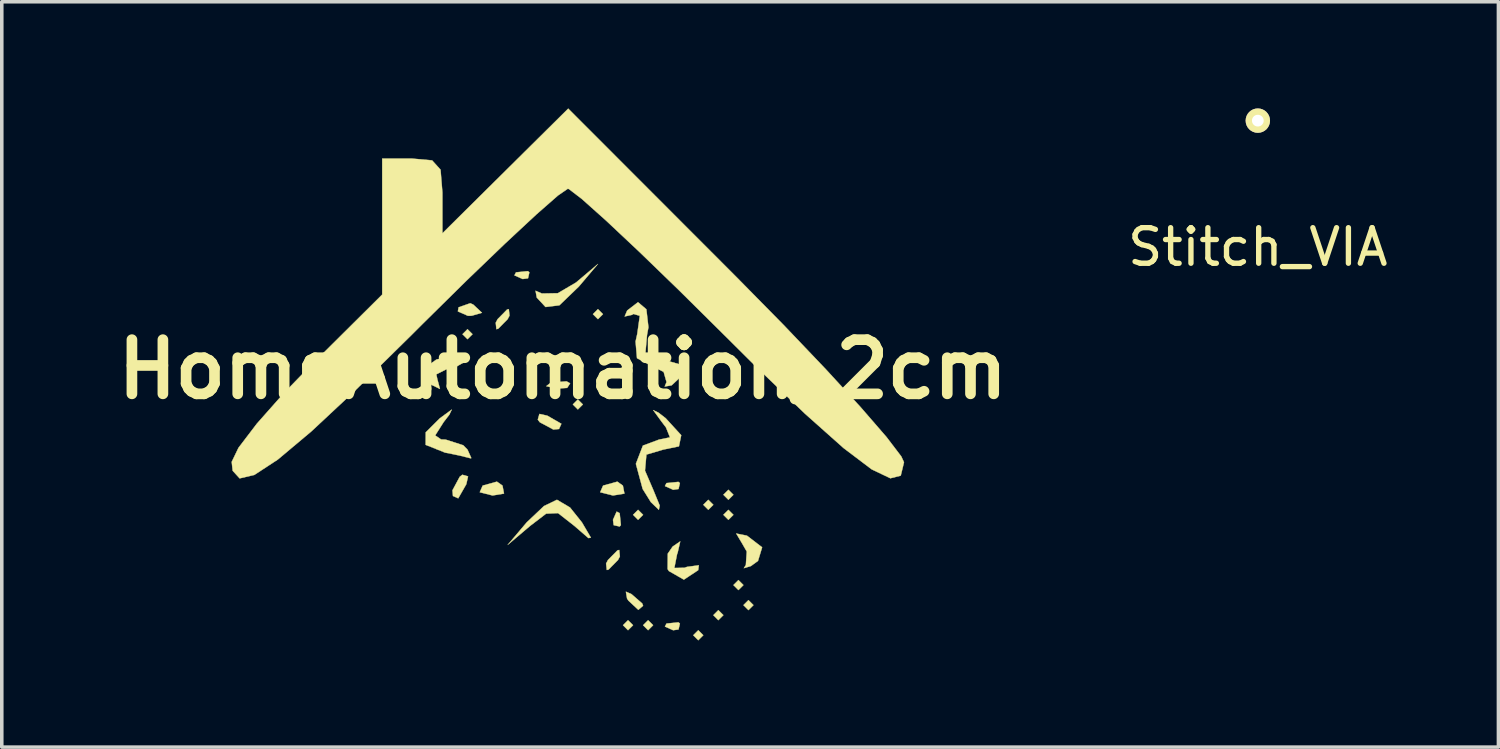
<source format=kicad_pcb>
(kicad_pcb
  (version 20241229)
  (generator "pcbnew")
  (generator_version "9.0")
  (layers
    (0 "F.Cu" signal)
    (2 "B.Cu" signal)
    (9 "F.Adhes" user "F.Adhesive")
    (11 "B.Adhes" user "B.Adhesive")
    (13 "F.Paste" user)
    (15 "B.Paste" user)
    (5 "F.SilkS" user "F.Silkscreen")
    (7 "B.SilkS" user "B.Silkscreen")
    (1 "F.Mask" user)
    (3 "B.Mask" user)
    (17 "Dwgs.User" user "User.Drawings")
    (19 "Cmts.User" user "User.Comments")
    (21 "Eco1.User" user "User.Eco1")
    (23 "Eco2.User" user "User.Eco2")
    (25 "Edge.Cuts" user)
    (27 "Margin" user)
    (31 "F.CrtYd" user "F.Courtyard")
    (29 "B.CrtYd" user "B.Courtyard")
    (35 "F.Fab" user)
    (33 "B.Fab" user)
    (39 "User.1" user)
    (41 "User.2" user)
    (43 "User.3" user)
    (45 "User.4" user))
  (footprint "Stitch_VIA"
    (layer "F.Cu")
    (at 32.328 0.343)
    (property "Reference" "Stitch_VIA" (at 0 3.556 0) (layer "F.SilkS") (effects (font (size 1 1) (thickness 0.15))))
    (attr through_hole)
    (pad "1" thru_hole circle (at 0 0) (size 0.686 0.686) (drill 0.33) (layers "*.Cu" "F.SilkS")))
  (footprint "HomeAutomation_2cm"
    (layer "F.Cu")
    (at 12.78 7.338)
    (property "Reference" "HomeAutomation_2cm" (at 0 0 0) (layer "F.SilkS") (effects (font (size 1.524 1.524) (thickness 0.3))))
    (attr through_hole)
    (fp_poly (pts (xy -2.54 -0.988) (xy -2.681 -0.847) (xy -2.822 -0.988) (xy -2.681 -1.129) (xy -2.54 -0.988)) (stroke (width 0.01) (type solid)) (fill yes) (layer "F.SilkS"))
    (fp_poly (pts (xy 0.564 0.988) (xy 0.423 1.129) (xy 0.282 0.988) (xy 0.423 0.847) (xy 0.564 0.988)) (stroke (width 0.01) (type solid)) (fill yes) (layer "F.SilkS"))
    (fp_poly (pts (xy 1.129 -1.552) (xy 0.988 -1.411) (xy 0.847 -1.552) (xy 0.988 -1.693) (xy 1.129 -1.552)) (stroke (width 0.01) (type solid)) (fill yes) (layer "F.SilkS"))
    (fp_poly (pts (xy 1.976 7.197) (xy 1.834 7.338) (xy 1.693 7.197) (xy 1.834 7.056) (xy 1.976 7.197)) (stroke (width 0.01) (type solid)) (fill yes) (layer "F.SilkS"))
    (fp_poly (pts (xy 2.258 4.092) (xy 2.117 4.233) (xy 1.976 4.092) (xy 2.117 3.951) (xy 2.258 4.092)) (stroke (width 0.01) (type solid)) (fill yes) (layer "F.SilkS"))
    (fp_poly (pts (xy 2.54 7.197) (xy 2.399 7.338) (xy 2.258 7.197) (xy 2.399 7.056) (xy 2.54 7.197)) (stroke (width 0.01) (type solid)) (fill yes) (layer "F.SilkS"))
    (fp_poly (pts (xy 3.951 7.479) (xy 3.81 7.62) (xy 3.669 7.479) (xy 3.81 7.338) (xy 3.951 7.479)) (stroke (width 0.01) (type solid)) (fill yes) (layer "F.SilkS"))
    (fp_poly (pts (xy 4.233 3.81) (xy 4.092 3.951) (xy 3.951 3.81) (xy 4.092 3.669) (xy 4.233 3.81)) (stroke (width 0.01) (type solid)) (fill yes) (layer "F.SilkS"))
    (fp_poly (pts (xy 4.516 6.914) (xy 4.374 7.056) (xy 4.233 6.914) (xy 4.374 6.773) (xy 4.516 6.914)) (stroke (width 0.01) (type solid)) (fill yes) (layer "F.SilkS"))
    (fp_poly (pts (xy 4.798 3.528) (xy 4.657 3.669) (xy 4.516 3.528) (xy 4.657 3.387) (xy 4.798 3.528)) (stroke (width 0.01) (type solid)) (fill yes) (layer "F.SilkS"))
    (fp_poly (pts (xy 4.798 4.092) (xy 4.657 4.233) (xy 4.516 4.092) (xy 4.657 3.951) (xy 4.798 4.092)) (stroke (width 0.01) (type solid)) (fill yes) (layer "F.SilkS"))
    (fp_poly (pts (xy 5.08 6.068) (xy 4.939 6.209) (xy 4.798 6.068) (xy 4.939 5.927) (xy 5.08 6.068)) (stroke (width 0.01) (type solid)) (fill yes) (layer "F.SilkS"))
    (fp_poly (pts (xy 5.362 6.632) (xy 5.221 6.773) (xy 5.08 6.632) (xy 5.221 6.491) (xy 5.362 6.632)) (stroke (width 0.01) (type solid)) (fill yes) (layer "F.SilkS"))
    (fp_poly (pts (xy -1.697 3.27) (xy -1.654 3.495) (xy -1.976 3.548) (xy -2.336 3.457) (xy -2.254 3.27) (xy -1.854 3.159) (xy -1.697 3.27)) (stroke (width 0.01) (type solid)) (fill yes) (layer "F.SilkS"))
    (fp_poly (pts (xy -0.941 -2.728) (xy -0.979 -2.56) (xy -1.129 -2.54) (xy -1.361 -2.643) (xy -1.317 -2.728) (xy -0.982 -2.762) (xy -0.941 -2.728)) (stroke (width 0.01) (type solid)) (fill yes) (layer "F.SilkS"))
    (fp_poly (pts (xy 0.206 0.394) (xy 0.122 0.522) (xy -0.165 0.542) (xy -0.466 0.473) (xy -0.335 0.372) (xy 0.106 0.338) (xy 0.206 0.394)) (stroke (width 0.01) (type solid)) (fill yes) (layer "F.SilkS"))
    (fp_poly (pts (xy 1.599 4.045) (xy 1.633 4.38) (xy 1.599 4.421) (xy 1.431 4.383) (xy 1.411 4.233) (xy 1.514 4.001) (xy 1.599 4.045)) (stroke (width 0.01) (type solid)) (fill yes) (layer "F.SilkS"))
    (fp_poly (pts (xy 1.689 3.27) (xy 1.733 3.495) (xy 1.411 3.548) (xy 1.051 3.457) (xy 1.133 3.27) (xy 1.533 3.159) (xy 1.689 3.27)) (stroke (width 0.01) (type solid)) (fill yes) (layer "F.SilkS"))
    (fp_poly (pts (xy 3.293 3.199) (xy 3.254 3.366) (xy 3.104 3.387) (xy 2.872 3.283) (xy 2.916 3.199) (xy 3.251 3.165) (xy 3.293 3.199)) (stroke (width 0.01) (type solid)) (fill yes) (layer "F.SilkS"))
    (fp_poly (pts (xy 3.293 7.15) (xy 3.254 7.317) (xy 3.104 7.338) (xy 2.872 7.235) (xy 2.916 7.15) (xy 3.251 7.116) (xy 3.293 7.15)) (stroke (width 0.01) (type solid)) (fill yes) (layer "F.SilkS"))
    (fp_poly (pts (xy -2.665 3.011) (xy -2.715 3.231) (xy -2.942 3.628) (xy -3.09 3.562) (xy -3.104 3.403) (xy -2.899 3.021) (xy -2.825 2.965) (xy -2.665 3.011)) (stroke (width 0.01) (type solid)) (fill yes) (layer "F.SilkS"))
    (fp_poly (pts (xy -2.52 -1.822) (xy -2.274 -1.591) (xy -2.564 -1.507) (xy -2.669 -1.505) (xy -2.952 -1.63) (xy -2.931 -1.745) (xy -2.604 -1.859) (xy -2.52 -1.822)) (stroke (width 0.01) (type solid)) (fill yes) (layer "F.SilkS"))
    (fp_poly (pts (xy -0.438 1.303) (xy -0.041 1.531) (xy -0.107 1.678) (xy -0.266 1.693) (xy -0.648 1.488) (xy -0.704 1.414) (xy -0.658 1.254) (xy -0.438 1.303)) (stroke (width 0.01) (type solid)) (fill yes) (layer "F.SilkS"))
    (fp_poly (pts (xy 1.932 6.323) (xy 2.233 6.585) (xy 2.258 6.649) (xy 2.124 6.765) (xy 1.845 6.505) (xy 1.807 6.448) (xy 1.774 6.254) (xy 1.932 6.323)) (stroke (width 0.01) (type solid)) (fill yes) (layer "F.SilkS"))
    (fp_poly (pts (xy -1.5 -1.511) (xy -1.552 -1.411) (xy -1.818 -1.142) (xy -1.868 -1.129) (xy -1.887 -1.311) (xy -1.834 -1.411) (xy -1.569 -1.681) (xy -1.519 -1.693) (xy -1.5 -1.511)) (stroke (width 0.01) (type solid)) (fill yes) (layer "F.SilkS"))
    (fp_poly (pts (xy 1.605 5.262) (xy 1.552 5.362) (xy 1.286 5.632) (xy 1.237 5.644) (xy 1.217 5.462) (xy 1.27 5.362) (xy 1.536 5.093) (xy 1.586 5.08) (xy 1.605 5.262)) (stroke (width 0.01) (type solid)) (fill yes) (layer "F.SilkS"))
    (fp_poly (pts (xy 0.45 -2.328) (xy -0.097 -1.801) (xy -0.486 -1.753) (xy -0.733 -2.019) (xy -0.767 -2.211) (xy -0.59 -2.133) (xy -0.141 -2.141) (xy 0.371 -2.442) (xy 0.988 -2.963) (xy 0.45 -2.328)) (stroke (width 0.01) (type solid)) (fill yes) (layer "F.SilkS"))
    (fp_poly (pts (xy 5.169 4.676) (xy 5.181 4.68) (xy 5.606 5.006) (xy 5.49 5.387) (xy 5.292 5.532) (xy 5.091 5.593) (xy 5.148 5.504) (xy 5.174 5.125) (xy 5.038 4.888) (xy 4.877 4.618) (xy 5.169 4.676)) (stroke (width 0.01) (type solid)) (fill yes) (layer "F.SilkS"))
    (fp_poly (pts (xy -2.706 -0.241) (xy -3.088 -0.022) (xy -3.279 0) (xy -3.558 0.141) (xy -3.528 0.282) (xy -3.456 0.551) (xy -3.708 0.429) (xy -3.763 0.376) (xy -3.934 -0.008) (xy -3.556 -0.275) (xy -3.254 -0.35) (xy -2.79 -0.369) (xy -2.706 -0.241)) (stroke (width 0.01) (type solid)) (fill yes) (layer "F.SilkS"))
    (fp_poly (pts (xy 0.202 3.885) (xy 0.537 4.304) (xy 0.79 4.735) (xy 0.72 4.746) (xy 0.322 4.401) (xy -0.134 4.044) (xy -0.47 4.059) (xy -0.917 4.401) (xy -1.552 4.939) (xy -1.015 4.304) (xy -0.53 3.845) (xy -0.165 3.669) (xy 0.202 3.885)) (stroke (width 0.01) (type solid)) (fill yes) (layer "F.SilkS"))
    (fp_poly (pts (xy 3.231 5.151) (xy 3.213 5.2) (xy 3.137 5.587) (xy 3.425 5.581) (xy 3.493 5.556) (xy 3.825 5.511) (xy 3.808 5.648) (xy 3.405 5.915) (xy 2.984 5.674) (xy 2.948 5.62) (xy 2.952 5.184) (xy 3.089 4.985) (xy 3.303 4.839) (xy 3.231 5.151)) (stroke (width 0.01) (type solid)) (fill yes) (layer "F.SilkS"))
    (fp_poly (pts (xy -3.193 1.277) (xy -3.351 1.482) (xy -3.59 1.859) (xy -3.423 1.972) (xy -3.297 1.976) (xy -2.802 2.135) (xy -2.681 2.258) (xy -2.574 2.497) (xy -2.594 2.502) (xy -2.906 2.424) (xy -3.316 2.341) (xy -3.858 2.124) (xy -3.856 1.772) (xy -3.457 1.375) (xy -3.123 1.131) (xy -3.193 1.277)) (stroke (width 0.01) (type solid)) (fill yes) (layer "F.SilkS"))
    (fp_poly (pts (xy 2.688 1.217) (xy 2.893 1.375) (xy 3.33 1.853) (xy 3.266 2.166) (xy 2.822 2.258) (xy 2.351 2.398) (xy 2.311 2.849) (xy 2.55 3.405) (xy 2.725 3.832) (xy 2.701 3.951) (xy 2.476 3.734) (xy 2.246 3.365) (xy 2.055 2.658) (xy 2.252 2.145) (xy 2.707 1.976) (xy 3.014 1.914) (xy 2.901 1.633) (xy 2.786 1.482) (xy 2.542 1.147) (xy 2.688 1.217)) (stroke (width 0.01) (type solid)) (fill yes) (layer "F.SilkS"))
    (fp_poly (pts (xy 2.35 -1.688) (xy 2.408 -1.184) (xy 2.369 -0.97) (xy 2.323 -0.456) (xy 2.624 -0.289) (xy 2.792 -0.282) (xy 3.296 -0.138) (xy 3.334 0.193) (xy 3.061 0.45) (xy 2.865 0.484) (xy 2.917 0.358) (xy 2.835 0.071) (xy 2.502 -0.092) (xy 2.086 -0.314) (xy 2.046 -0.782) (xy 2.093 -0.994) (xy 2.165 -1.505) (xy 1.989 -1.558) (xy 1.943 -1.532) (xy 1.739 -1.487) (xy 1.81 -1.654) (xy 2.115 -1.888) (xy 2.35 -1.688)) (stroke (width 0.01) (type solid)) (fill yes) (layer "F.SilkS"))
    (fp_poly (pts (xy 4.874 -2.605) (xy 6.206 -1.252) (xy 7.392 -0.008) (xy 8.377 1.065) (xy 9.105 1.905) (xy 9.52 2.45) (xy 9.596 2.614) (xy 9.505 2.99) (xy 9.213 3.064) (xy 8.687 2.813) (xy 7.898 2.216) (xy 6.815 1.252) (xy 5.406 -0.103) (xy 4.516 -0.988) (xy 3.27 -2.222) (xy 2.149 -3.307) (xy 1.217 -4.183) (xy 0.537 -4.79) (xy 0.174 -5.069) (xy 0.141 -5.08) (xy -0.137 -4.889) (xy -0.747 -4.354) (xy -1.625 -3.537) (xy -2.707 -2.497) (xy -3.928 -1.293) (xy -4.233 -0.988) (xy -5.826 0.581) (xy -7.077 1.749) (xy -8.017 2.538) (xy -8.677 2.97) (xy -9.09 3.067) (xy -9.286 2.851) (xy -9.313 2.603) (xy -9.122 2.206) (xy -8.605 1.527) (xy -7.849 0.673) (xy -7.197 0) (xy -5.08 -2.103) (xy -5.08 -5.927) (xy -4.233 -5.927) (xy -3.676 -5.877) (xy -3.439 -5.615) (xy -3.387 -4.976) (xy -3.387 -4.876) (xy -3.387 -3.826) (xy -1.617 -5.58) (xy 0.152 -7.333) (xy 4.874 -2.605)) (stroke (width 0.01) (type solid)) (fill yes) (layer "F.SilkS")))
  (gr_rect
    (start -3 -3)
    (end 39.095 17.963)
    (stroke (width 0.1) (type default))
    (fill no)
    (layer "Edge.Cuts")))
</source>
